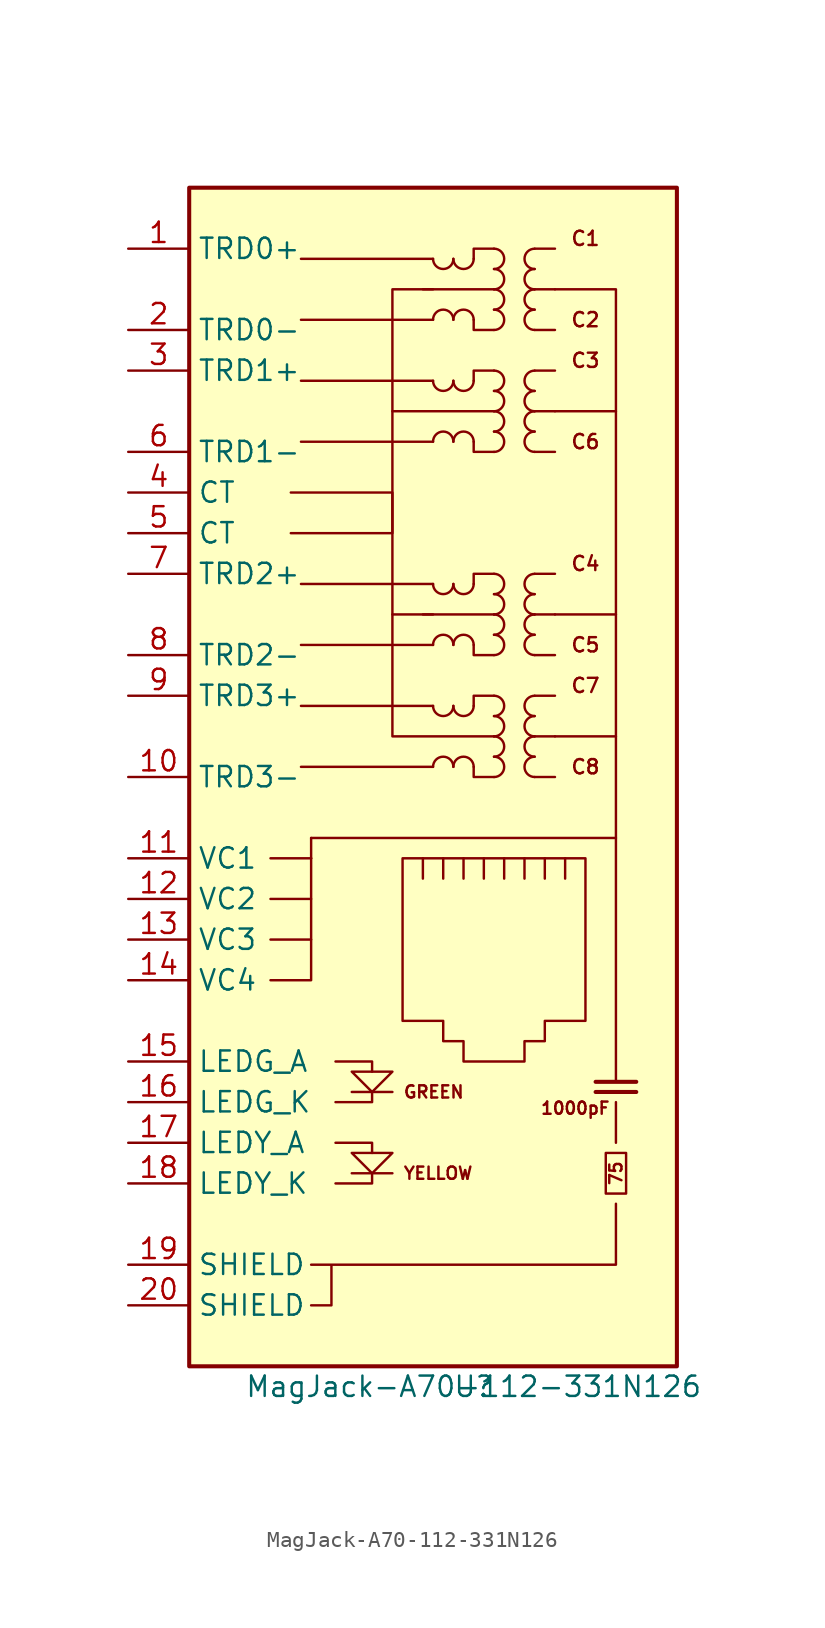
<source format=kicad_sym>
(kicad_symbol_lib
  (version 20201005)
  (generator kicad_symbol_editor)
  (symbol "CM4IO:MagJack-A70-112-331N126"
    (property "Reference" "U"
      (at 0 0 0)
      (effects (font (size 1.27 1.27))))
    (property "Value" "MagJack-A70-112-331N126"
      (at 0 0 0)
      (effects (font (size 1.27 1.27))))
    (symbol "MagJack-A70-112-331N126_0_1"
      (polyline (pts (xy 1.27 40.64) (xy -5.08 40.64) (xy -5.08 48.26) (xy -2.54 48.26) (xy -5.08 48.26)) (stroke (width 0)) (fill (type none)))
      (polyline (pts (xy 1.27 60.96) (xy -5.08 60.96) (xy -5.08 68.58) (xy -2.54 68.58) (xy -5.08 68.58)) (stroke (width 0)) (fill (type none))))
    (symbol "MagJack-A70-112-331N126_1_1"
      (arc (start -1.27 38.735) (end -2.54 38.735) (radius (at -1.905 38.735) (length 0.635) (angles 0.1 179.9)) (stroke (width 0)) (fill (type none)))
      (arc (start -2.54 42.545) (end -1.27 42.545) (radius (at -1.905 42.545) (length 0.635) (angles -179.9 -0.1)) (stroke (width 0)) (fill (type none)))
      (arc (start -1.27 46.355) (end -2.54 46.355) (radius (at -1.905 46.355) (length 0.635) (angles 0.1 179.9)) (stroke (width 0)) (fill (type none)))
      (arc (start -2.54 50.165) (end -1.27 50.165) (radius (at -1.905 50.165) (length 0.635) (angles -179.9 -0.1)) (stroke (width 0)) (fill (type none)))
      (arc (start -1.27 59.055) (end -2.54 59.055) (radius (at -1.905 59.055) (length 0.635) (angles 0.1 179.9)) (stroke (width 0)) (fill (type none)))
      (arc (start -2.54 62.865) (end -1.27 62.865) (radius (at -1.905 62.865) (length 0.635) (angles -179.9 -0.1)) (stroke (width 0)) (fill (type none)))
      (arc (start -1.27 66.675) (end -2.54 66.675) (radius (at -1.905 66.675) (length 0.635) (angles 0.1 179.9)) (stroke (width 0)) (fill (type none)))
      (arc (start -2.54 70.485) (end -1.27 70.485) (radius (at -1.905 70.485) (length 0.635) (angles -179.9 -0.1)) (stroke (width 0)) (fill (type none)))
      (arc (start 0 38.735) (end -1.27 38.735) (radius (at -0.635 38.735) (length 0.635) (angles 0.1 179.9)) (stroke (width 0)) (fill (type none)))
      (arc (start -1.27 42.545) (end 0 42.545) (radius (at -0.635 42.545) (length 0.635) (angles -179.9 -0.1)) (stroke (width 0)) (fill (type none)))
      (arc (start 0 46.355) (end -1.27 46.355) (radius (at -0.635 46.355) (length 0.635) (angles 0.1 179.9)) (stroke (width 0)) (fill (type none)))
      (arc (start -1.27 50.165) (end 0 50.165) (radius (at -0.635 50.165) (length 0.635) (angles -179.9 -0.1)) (stroke (width 0)) (fill (type none)))
      (arc (start 0 59.055) (end -1.27 59.055) (radius (at -0.635 59.055) (length 0.635) (angles 0.1 179.9)) (stroke (width 0)) (fill (type none)))
      (arc (start -1.27 62.865) (end 0 62.865) (radius (at -0.635 62.865) (length 0.635) (angles -179.9 -0.1)) (stroke (width 0)) (fill (type none)))
      (arc (start 0 66.675) (end -1.27 66.675) (radius (at -0.635 66.675) (length 0.635) (angles 0.1 179.9)) (stroke (width 0)) (fill (type none)))
      (arc (start -1.27 70.485) (end 0 70.485) (radius (at -0.635 70.485) (length 0.635) (angles -179.9 -0.1)) (stroke (width 0)) (fill (type none)))
      (arc (start 1.27 38.1) (end 1.27 39.37) (radius (at 1.27 38.735) (length 0.635) (angles -89.9 89.9)) (stroke (width 0)) (fill (type none)))
      (arc (start 1.27 39.37) (end 1.27 40.64) (radius (at 1.27 40.005) (length 0.635) (angles -89.9 89.9)) (stroke (width 0)) (fill (type none)))
      (arc (start 1.27 40.64) (end 1.27 41.91) (radius (at 1.27 41.275) (length 0.635) (angles -89.9 89.9)) (stroke (width 0)) (fill (type none)))
      (arc (start 1.27 41.91) (end 1.27 43.18) (radius (at 1.27 42.545) (length 0.635) (angles -89.9 89.9)) (stroke (width 0)) (fill (type none)))
      (arc (start 1.27 45.72) (end 1.27 46.99) (radius (at 1.27 46.355) (length 0.635) (angles -89.9 89.9)) (stroke (width 0)) (fill (type none)))
      (arc (start 1.27 46.99) (end 1.27 48.26) (radius (at 1.27 47.625) (length 0.635) (angles -89.9 89.9)) (stroke (width 0)) (fill (type none)))
      (arc (start 1.27 48.26) (end 1.27 49.53) (radius (at 1.27 48.895) (length 0.635) (angles -89.9 89.9)) (stroke (width 0)) (fill (type none)))
      (arc (start 1.27 49.53) (end 1.27 50.8) (radius (at 1.27 50.165) (length 0.635) (angles -89.9 89.9)) (stroke (width 0)) (fill (type none)))
      (arc (start 1.27 58.42) (end 1.27 59.69) (radius (at 1.27 59.055) (length 0.635) (angles -89.9 89.9)) (stroke (width 0)) (fill (type none)))
      (arc (start 1.27 59.69) (end 1.27 60.96) (radius (at 1.27 60.325) (length 0.635) (angles -89.9 89.9)) (stroke (width 0)) (fill (type none)))
      (arc (start 1.27 60.96) (end 1.27 62.23) (radius (at 1.27 61.595) (length 0.635) (angles -89.9 89.9)) (stroke (width 0)) (fill (type none)))
      (arc (start 1.27 62.23) (end 1.27 63.5) (radius (at 1.27 62.865) (length 0.635) (angles -89.9 89.9)) (stroke (width 0)) (fill (type none)))
      (arc (start 1.27 66.04) (end 1.27 67.31) (radius (at 1.27 66.675) (length 0.635) (angles -89.9 89.9)) (stroke (width 0)) (fill (type none)))
      (arc (start 1.27 67.31) (end 1.27 68.58) (radius (at 1.27 67.945) (length 0.635) (angles -89.9 89.9)) (stroke (width 0)) (fill (type none)))
      (arc (start 1.27 68.58) (end 1.27 69.85) (radius (at 1.27 69.215) (length 0.635) (angles -89.9 89.9)) (stroke (width 0)) (fill (type none)))
      (arc (start 1.27 69.85) (end 1.27 71.12) (radius (at 1.27 70.485) (length 0.635) (angles -89.9 89.9)) (stroke (width 0)) (fill (type none)))
      (arc (start 3.81 39.37) (end 3.81 38.1) (radius (at 3.81 38.735) (length 0.635) (angles 90.1 -90.1)) (stroke (width 0)) (fill (type none)))
      (arc (start 3.81 40.64) (end 3.81 39.37) (radius (at 3.81 40.005) (length 0.635) (angles 90.1 -90.1)) (stroke (width 0)) (fill (type none)))
      (arc (start 3.81 41.91) (end 3.81 40.64) (radius (at 3.81 41.275) (length 0.635) (angles 90.1 -90.1)) (stroke (width 0)) (fill (type none)))
      (arc (start 3.81 43.18) (end 3.81 41.91) (radius (at 3.81 42.545) (length 0.635) (angles 90.1 -90.1)) (stroke (width 0)) (fill (type none)))
      (arc (start 3.81 46.99) (end 3.81 45.72) (radius (at 3.81 46.355) (length 0.635) (angles 90.1 -90.1)) (stroke (width 0)) (fill (type none)))
      (arc (start 3.81 48.26) (end 3.81 46.99) (radius (at 3.81 47.625) (length 0.635) (angles 90.1 -90.1)) (stroke (width 0)) (fill (type none)))
      (arc (start 3.81 49.53) (end 3.81 48.26) (radius (at 3.81 48.895) (length 0.635) (angles 90.1 -90.1)) (stroke (width 0)) (fill (type none)))
      (arc (start 3.81 50.8) (end 3.81 49.53) (radius (at 3.81 50.165) (length 0.635) (angles 90.1 -90.1)) (stroke (width 0)) (fill (type none)))
      (arc (start 3.81 59.69) (end 3.81 58.42) (radius (at 3.81 59.055) (length 0.635) (angles 90.1 -90.1)) (stroke (width 0)) (fill (type none)))
      (arc (start 3.81 60.96) (end 3.81 59.69) (radius (at 3.81 60.325) (length 0.635) (angles 90.1 -90.1)) (stroke (width 0)) (fill (type none)))
      (arc (start 3.81 62.23) (end 3.81 60.96) (radius (at 3.81 61.595) (length 0.635) (angles 90.1 -90.1)) (stroke (width 0)) (fill (type none)))
      (arc (start 3.81 63.5) (end 3.81 62.23) (radius (at 3.81 62.865) (length 0.635) (angles 90.1 -90.1)) (stroke (width 0)) (fill (type none)))
      (arc (start 3.81 67.31) (end 3.81 66.04) (radius (at 3.81 66.675) (length 0.635) (angles 90.1 -90.1)) (stroke (width 0)) (fill (type none)))
      (arc (start 3.81 68.58) (end 3.81 67.31) (radius (at 3.81 67.945) (length 0.635) (angles 90.1 -90.1)) (stroke (width 0)) (fill (type none)))
      (arc (start 3.81 69.85) (end 3.81 68.58) (radius (at 3.81 69.215) (length 0.635) (angles 90.1 -90.1)) (stroke (width 0)) (fill (type none)))
      (arc (start 3.81 71.12) (end 3.81 69.85) (radius (at 3.81 70.485) (length 0.635) (angles 90.1 -90.1)) (stroke (width 0)) (fill (type none)))
      (text "1000pF" (at 6.35 17.399 0) (effects (font (size 0.762 0.762))))
      (text "75" (at 8.89 13.335 900) (effects (font (size 0.762 0.762))))
      (text "C1" (at 6.985 71.755 0) (effects (font (size 0.889 0.889))))
      (text "C2" (at 6.985 66.675 0) (effects (font (size 0.889 0.889))))
      (text "C3" (at 6.985 64.135 0) (effects (font (size 0.889 0.889))))
      (text "C4" (at 6.985 51.435 0) (effects (font (size 0.889 0.889))))
      (text "C5" (at 6.985 46.355 0) (effects (font (size 0.889 0.889))))
      (text "C6" (at 6.985 59.055 0) (effects (font (size 0.889 0.889))))
      (text "C7" (at 6.985 43.815 0) (effects (font (size 0.889 0.889))))
      (text "C8" (at 6.985 38.735 0) (effects (font (size 0.889 0.889))))
      (text "GREEN" (at -4.445 18.415 0) (effects (font (size 0.762 0.762)) (justify left)))
      (text "YELLOW" (at -4.445 13.335 0) (effects (font (size 0.762 0.762)) (justify left)))
      (rectangle (start -17.78 1.27) (end 12.7 74.93) (stroke (width 0.254)) (fill (type background)))
      (rectangle (start 9.525 12.065) (end 8.255 14.605) (stroke (width 0)) (fill (type none)))
      (polyline (pts (xy -12.7 27.94) (xy -10.16 27.94)) (stroke (width 0)) (fill (type none)))
      (polyline (pts (xy -12.7 30.48) (xy -10.16 30.48)) (stroke (width 0)) (fill (type none)))
      (polyline (pts (xy -12.7 33.02) (xy -10.16 33.02)) (stroke (width 0)) (fill (type none)))
      (polyline (pts (xy -10.16 33.02) (xy -10.16 34.29)) (stroke (width 0)) (fill (type none)))
      (polyline (pts (xy -5.08 13.335) (xy -7.62 13.335)) (stroke (width 0)) (fill (type none)))
      (polyline (pts (xy -5.08 18.415) (xy -7.62 18.415)) (stroke (width 0)) (fill (type none)))
      (polyline (pts (xy -5.08 48.26) (xy -5.08 60.96)) (stroke (width 0)) (fill (type none)))
      (polyline (pts (xy -3.175 31.75) (xy -3.175 33.02)) (stroke (width 0)) (fill (type none)))
      (polyline (pts (xy -3.175 48.26) (xy 1.27 48.26)) (stroke (width 0)) (fill (type none)))
      (polyline (pts (xy -3.175 68.58) (xy 1.27 68.58)) (stroke (width 0)) (fill (type none)))
      (polyline (pts (xy -2.54 38.735) (xy -10.795 38.735)) (stroke (width 0)) (fill (type none)))
      (polyline (pts (xy -2.54 42.545) (xy -10.795 42.545)) (stroke (width 0)) (fill (type none)))
      (polyline (pts (xy -2.54 46.355) (xy -10.795 46.355)) (stroke (width 0)) (fill (type none)))
      (polyline (pts (xy -2.54 50.165) (xy -10.795 50.165)) (stroke (width 0)) (fill (type none)))
      (polyline (pts (xy -2.54 59.055) (xy -10.795 59.055)) (stroke (width 0)) (fill (type none)))
      (polyline (pts (xy -2.54 62.865) (xy -10.795 62.865)) (stroke (width 0)) (fill (type none)))
      (polyline (pts (xy -2.54 66.675) (xy -10.795 66.675)) (stroke (width 0)) (fill (type none)))
      (polyline (pts (xy -2.54 70.485) (xy -10.795 70.485)) (stroke (width 0)) (fill (type none)))
      (polyline (pts (xy -1.905 33.02) (xy -1.905 31.75)) (stroke (width 0)) (fill (type none)))
      (polyline (pts (xy -0.635 33.02) (xy -0.635 31.75)) (stroke (width 0)) (fill (type none)))
      (polyline (pts (xy 0.635 33.02) (xy 0.635 31.75)) (stroke (width 0)) (fill (type none)))
      (polyline (pts (xy 1.905 33.02) (xy 1.905 31.75)) (stroke (width 0)) (fill (type none)))
      (polyline (pts (xy 3.175 33.02) (xy 3.175 31.75)) (stroke (width 0)) (fill (type none)))
      (polyline (pts (xy 3.81 38.1) (xy 5.08 38.1)) (stroke (width 0)) (fill (type none)))
      (polyline (pts (xy 3.81 40.64) (xy 5.08 40.64)) (stroke (width 0)) (fill (type none)))
      (polyline (pts (xy 3.81 43.18) (xy 5.08 43.18)) (stroke (width 0)) (fill (type none)))
      (polyline (pts (xy 3.81 45.72) (xy 5.08 45.72)) (stroke (width 0)) (fill (type none)))
      (polyline (pts (xy 3.81 48.26) (xy 5.08 48.26)) (stroke (width 0)) (fill (type none)))
      (polyline (pts (xy 3.81 50.8) (xy 5.08 50.8)) (stroke (width 0)) (fill (type none)))
      (polyline (pts (xy 3.81 58.42) (xy 5.08 58.42)) (stroke (width 0)) (fill (type none)))
      (polyline (pts (xy 3.81 60.96) (xy 5.08 60.96)) (stroke (width 0)) (fill (type none)))
      (polyline (pts (xy 3.81 63.5) (xy 5.08 63.5)) (stroke (width 0)) (fill (type none)))
      (polyline (pts (xy 3.81 66.04) (xy 5.08 66.04)) (stroke (width 0)) (fill (type none)))
      (polyline (pts (xy 3.81 68.58) (xy 5.08 68.58)) (stroke (width 0)) (fill (type none)))
      (polyline (pts (xy 3.81 71.12) (xy 5.08 71.12)) (stroke (width 0)) (fill (type none)))
      (polyline (pts (xy 4.445 31.75) (xy 4.445 33.02)) (stroke (width 0)) (fill (type none)))
      (polyline (pts (xy 5.08 40.64) (xy 8.89 40.64)) (stroke (width 0)) (fill (type none)))
      (polyline (pts (xy 5.08 48.26) (xy 8.89 48.26)) (stroke (width 0)) (fill (type none)))
      (polyline (pts (xy 5.08 60.96) (xy 8.89 60.96)) (stroke (width 0)) (fill (type none)))
      (polyline (pts (xy 5.715 31.75) (xy 5.715 33.02)) (stroke (width 0)) (fill (type none)))
      (polyline (pts (xy 7.62 18.415) (xy 10.16 18.415)) (stroke (width 0.254)) (fill (type none)))
      (polyline (pts (xy 7.62 19.05) (xy 10.16 19.05)) (stroke (width 0.254)) (fill (type none)))
      (polyline (pts (xy 8.89 15.24) (xy 8.89 17.78)) (stroke (width 0)) (fill (type none)))
      (polyline (pts (xy 8.89 19.05) (xy 8.89 34.29)) (stroke (width 0)) (fill (type none)))
      (polyline (pts (xy -10.16 33.02) (xy -10.16 25.4) (xy -12.7 25.4)) (stroke (width 0)) (fill (type none)))
      (polyline (pts (xy -8.636 12.7) (xy -6.35 12.7) (xy -6.35 13.335)) (stroke (width 0)) (fill (type none)))
      (polyline (pts (xy -8.636 15.24) (xy -6.35 15.24) (xy -6.35 14.605)) (stroke (width 0)) (fill (type none)))
      (polyline (pts (xy -8.636 20.32) (xy -6.35 20.32) (xy -6.35 19.685)) (stroke (width 0)) (fill (type none)))
      (polyline (pts (xy -6.35 18.415) (xy -6.35 17.78) (xy -8.636 17.78)) (stroke (width 0)) (fill (type none)))
      (polyline (pts (xy 0 38.735) (xy 0 38.1) (xy 1.27 38.1)) (stroke (width 0)) (fill (type none)))
      (polyline (pts (xy 0 46.355) (xy 0 45.72) (xy 1.27 45.72)) (stroke (width 0)) (fill (type none)))
      (polyline (pts (xy 0 59.055) (xy 0 58.42) (xy 1.27 58.42)) (stroke (width 0)) (fill (type none)))
      (polyline (pts (xy 0 66.675) (xy 0 66.04) (xy 1.27 66.04)) (stroke (width 0)) (fill (type none)))
      (polyline (pts (xy 1.27 43.18) (xy 0 43.18) (xy 0 42.545)) (stroke (width 0)) (fill (type none)))
      (polyline (pts (xy 1.27 50.8) (xy 0 50.8) (xy 0 50.165)) (stroke (width 0)) (fill (type none)))
      (polyline (pts (xy 1.27 63.5) (xy 0 63.5) (xy 0 62.865)) (stroke (width 0)) (fill (type none)))
      (polyline (pts (xy 1.27 71.12) (xy 0 71.12) (xy 0 70.485)) (stroke (width 0)) (fill (type none)))
      (polyline (pts (xy -11.43 53.34) (xy -5.08 53.34) (xy -5.08 55.88) (xy -11.43 55.88)) (stroke (width 0)) (fill (type none)))
      (polyline (pts (xy -10.16 34.29) (xy 8.89 34.29) (xy 8.89 68.58) (xy 5.08 68.58)) (stroke (width 0)) (fill (type none)))
      (polyline (pts (xy -7.62 19.685) (xy -5.08 19.685) (xy -6.35 18.415) (xy -7.62 19.685)) (stroke (width 0)) (fill (type none)))
      (polyline (pts (xy -5.08 14.605) (xy -7.62 14.605) (xy -6.35 13.335) (xy -5.08 14.605)) (stroke (width 0)) (fill (type none)))
      (polyline (pts (xy -10.16 5.08) (xy -8.89 5.08) (xy -8.89 7.62) (xy -10.16 7.62) (xy -8.89 7.62) (xy 8.89 7.62) (xy 8.89 11.43)) (stroke (width 0)) (fill (type none)))
      (polyline (pts (xy -4.445 33.02) (xy 6.985 33.02) (xy 6.985 22.86) (xy 4.445 22.86) (xy 4.445 21.59) (xy 3.175 21.59) (xy 3.175 20.32) (xy -0.635 20.32) (xy -0.635 21.59) (xy -1.905 21.59) (xy -1.905 22.86) (xy -4.445 22.86) (xy -4.445 33.02)) (stroke (width 0)) (fill (type none)))
      (pin passive line (at -21.59 71.12 0) (length 3.81) (name "TRD0+" (effects (font (size 1.27 1.27)))) (number "1" (effects (font (size 1.27 1.27)))))
      (pin passive line (at -21.59 38.1 0) (length 3.81) (name "TRD3-" (effects (font (size 1.27 1.27)))) (number "10" (effects (font (size 1.27 1.27)))))
      (pin passive line (at -21.59 33.02 0) (length 3.81) (name "VC1" (effects (font (size 1.27 1.27)))) (number "11" (effects (font (size 1.27 1.27)))))
      (pin passive line (at -21.59 30.48 0) (length 3.81) (name "VC2" (effects (font (size 1.27 1.27)))) (number "12" (effects (font (size 1.27 1.27)))))
      (pin passive line (at -21.59 27.94 0) (length 3.81) (name "VC3" (effects (font (size 1.27 1.27)))) (number "13" (effects (font (size 1.27 1.27)))))
      (pin passive line (at -21.59 25.4 0) (length 3.81) (name "VC4" (effects (font (size 1.27 1.27)))) (number "14" (effects (font (size 1.27 1.27)))))
      (pin passive line (at -21.59 20.32 0) (length 3.81) (name "LEDG_A" (effects (font (size 1.27 1.27)))) (number "15" (effects (font (size 1.27 1.27)))))
      (pin passive line (at -21.59 17.78 0) (length 3.81) (name "LEDG_K" (effects (font (size 1.27 1.27)))) (number "16" (effects (font (size 1.27 1.27)))))
      (pin passive line (at -21.59 15.24 0) (length 3.81) (name "LEDY_A" (effects (font (size 1.27 1.27)))) (number "17" (effects (font (size 1.27 1.27)))))
      (pin passive line (at -21.59 12.7 0) (length 3.81) (name "LEDY_K" (effects (font (size 1.27 1.27)))) (number "18" (effects (font (size 1.27 1.27)))))
      (pin passive line (at -21.59 7.62 0) (length 3.81) (name "SHIELD" (effects (font (size 1.27 1.27)))) (number "19" (effects (font (size 1.27 1.27)))))
      (pin passive line (at -21.59 66.04 0) (length 3.81) (name "TRD0-" (effects (font (size 1.27 1.27)))) (number "2" (effects (font (size 1.27 1.27)))))
      (pin passive line (at -21.59 5.08 0) (length 3.81) (name "SHIELD" (effects (font (size 1.27 1.27)))) (number "20" (effects (font (size 1.27 1.27)))))
      (pin passive line (at -21.59 63.5 0) (length 3.81) (name "TRD1+" (effects (font (size 1.27 1.27)))) (number "3" (effects (font (size 1.27 1.27)))))
      (pin passive line (at -21.59 55.88 0) (length 3.81) (name "CT" (effects (font (size 1.27 1.27)))) (number "4" (effects (font (size 1.27 1.27)))))
      (pin passive line (at -21.59 53.34 0) (length 3.81) (name "CT" (effects (font (size 1.27 1.27)))) (number "5" (effects (font (size 1.27 1.27)))))
      (pin passive line (at -21.59 58.42 0) (length 3.81) (name "TRD1-" (effects (font (size 1.27 1.27)))) (number "6" (effects (font (size 1.27 1.27)))))
      (pin passive line (at -21.59 50.8 0) (length 3.81) (name "TRD2+" (effects (font (size 1.27 1.27)))) (number "7" (effects (font (size 1.27 1.27)))))
      (pin passive line (at -21.59 45.72 0) (length 3.81) (name "TRD2-" (effects (font (size 1.27 1.27)))) (number "8" (effects (font (size 1.27 1.27)))))
      (pin passive line (at -21.59 43.18 0) (length 3.81) (name "TRD3+" (effects (font (size 1.27 1.27)))) (number "9" (effects (font (size 1.27 1.27))))))))
</source>
